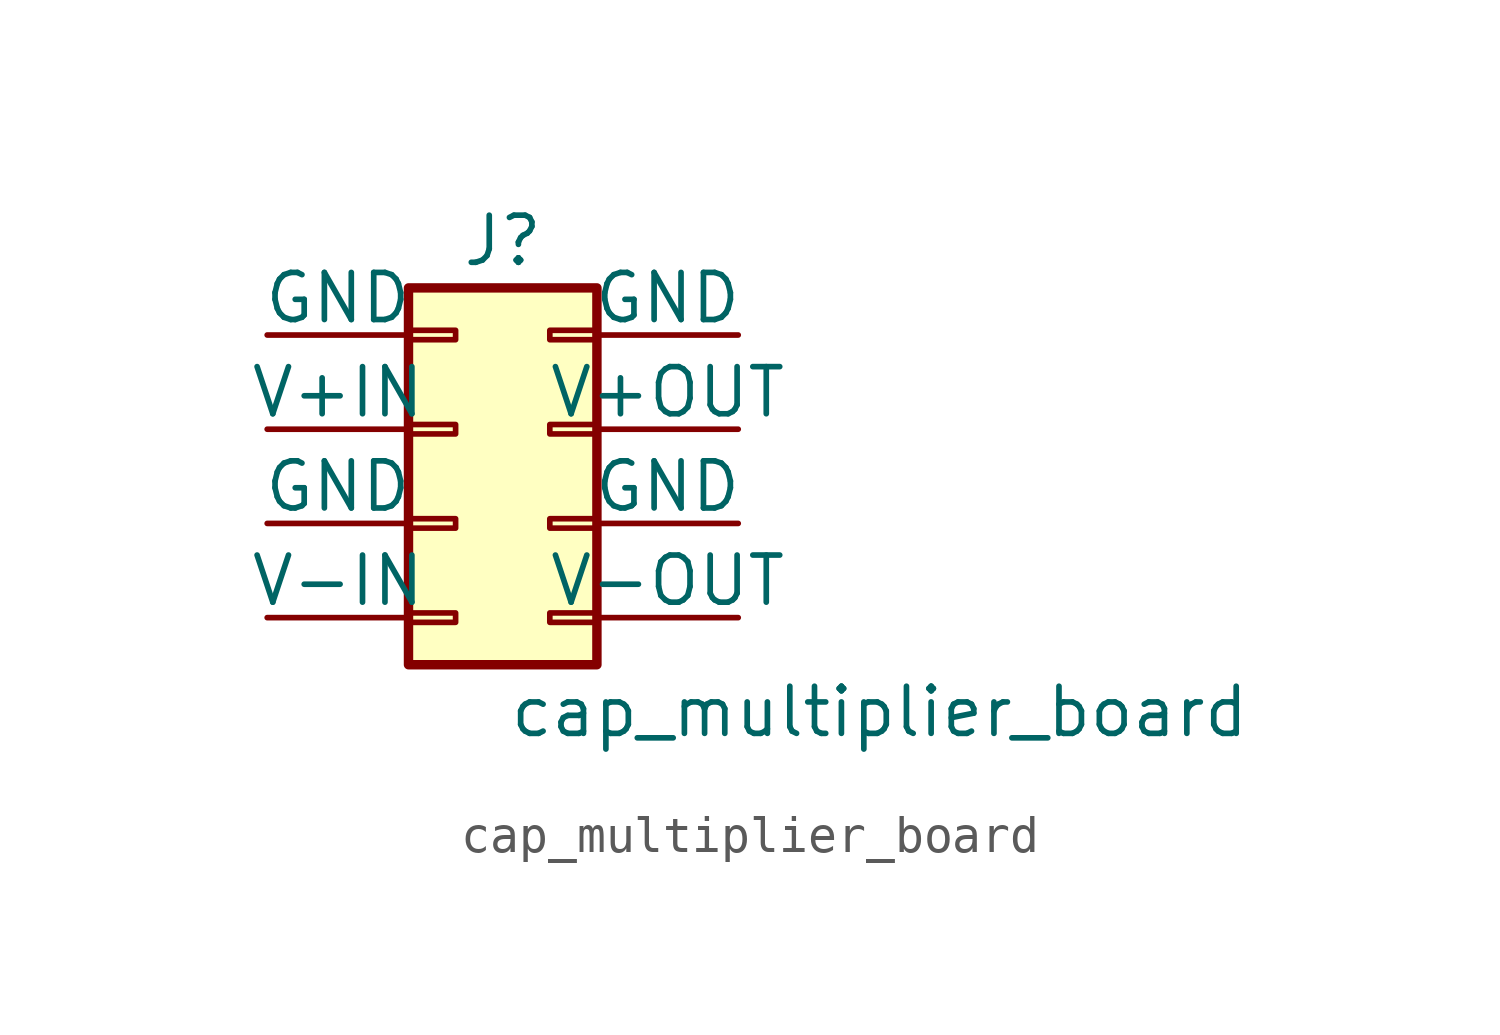
<source format=kicad_sym>
(kicad_symbol_lib
  (version 20231120)
  (generator "kicad_symbol_editor")
  (generator_version "8.0")
  (symbol "cap_multiplier_board"
    (pin_numbers hide)
    (pin_names
      (offset 0))
    (property "Reference" "J"
      (at 0 5.08 0)
      (effects (font (size 1.27 1.27))))
    (property "Value" "cap_multiplier_board"
      (at 10.16 -7.62 0)
      (effects (font (size 1.27 1.27))))
    (symbol "cap_multiplier_board_1_1"
      (rectangle (start -2.54 -4.953) (end -1.27 -5.207) (stroke (width 0.152) (type default)) (fill (type none)))
      (rectangle (start -2.54 -2.413) (end -1.27 -2.667) (stroke (width 0.152) (type default)) (fill (type none)))
      (rectangle (start -2.54 0.127) (end -1.27 -0.127) (stroke (width 0.152) (type default)) (fill (type none)))
      (rectangle (start -2.54 2.667) (end -1.27 2.413) (stroke (width 0.152) (type default)) (fill (type none)))
      (rectangle (start -2.54 3.81) (end 2.54 -6.35) (stroke (width 0.254) (type default)) (fill (type background)))
      (rectangle (start 2.54 -4.953) (end 1.27 -5.207) (stroke (width 0.152) (type default)) (fill (type none)))
      (rectangle (start 2.54 -2.413) (end 1.27 -2.667) (stroke (width 0.152) (type default)) (fill (type none)))
      (rectangle (start 2.54 0.127) (end 1.27 -0.127) (stroke (width 0.152) (type default)) (fill (type none)))
      (rectangle (start 2.54 2.667) (end 1.27 2.413) (stroke (width 0.152) (type default)) (fill (type none)))
      (pin passive line (at -6.35 2.54 0) (length 3.81) (name "GND" (effects (font (size 1.27 1.27)))) (number "1" (effects (font (size 1.27 1.27)))))
      (pin passive line (at -6.35 0 0) (length 3.81) (name "V+IN" (effects (font (size 1.27 1.27)))) (number "2" (effects (font (size 1.27 1.27)))))
      (pin passive line (at -6.35 -2.54 0) (length 3.81) (name "GND" (effects (font (size 1.27 1.27)))) (number "3" (effects (font (size 1.27 1.27)))))
      (pin passive line (at -6.35 -5.08 0) (length 3.81) (name "V-IN" (effects (font (size 1.27 1.27)))) (number "4" (effects (font (size 1.27 1.27)))))
      (pin passive line (at 6.35 -5.08 180) (length 3.81) (name "V-OUT" (effects (font (size 1.27 1.27)))) (number "5" (effects (font (size 1.27 1.27)))))
      (pin passive line (at 6.35 -2.54 180) (length 3.81) (name "GND" (effects (font (size 1.27 1.27)))) (number "6" (effects (font (size 1.27 1.27)))))
      (pin passive line (at 6.35 0 180) (length 3.81) (name "V+OUT" (effects (font (size 1.27 1.27)))) (number "7" (effects (font (size 1.27 1.27)))))
      (pin passive line (at 6.35 2.54 180) (length 3.81) (name "GND" (effects (font (size 1.27 1.27)))) (number "8" (effects (font (size 1.27 1.27))))))))
</source>
